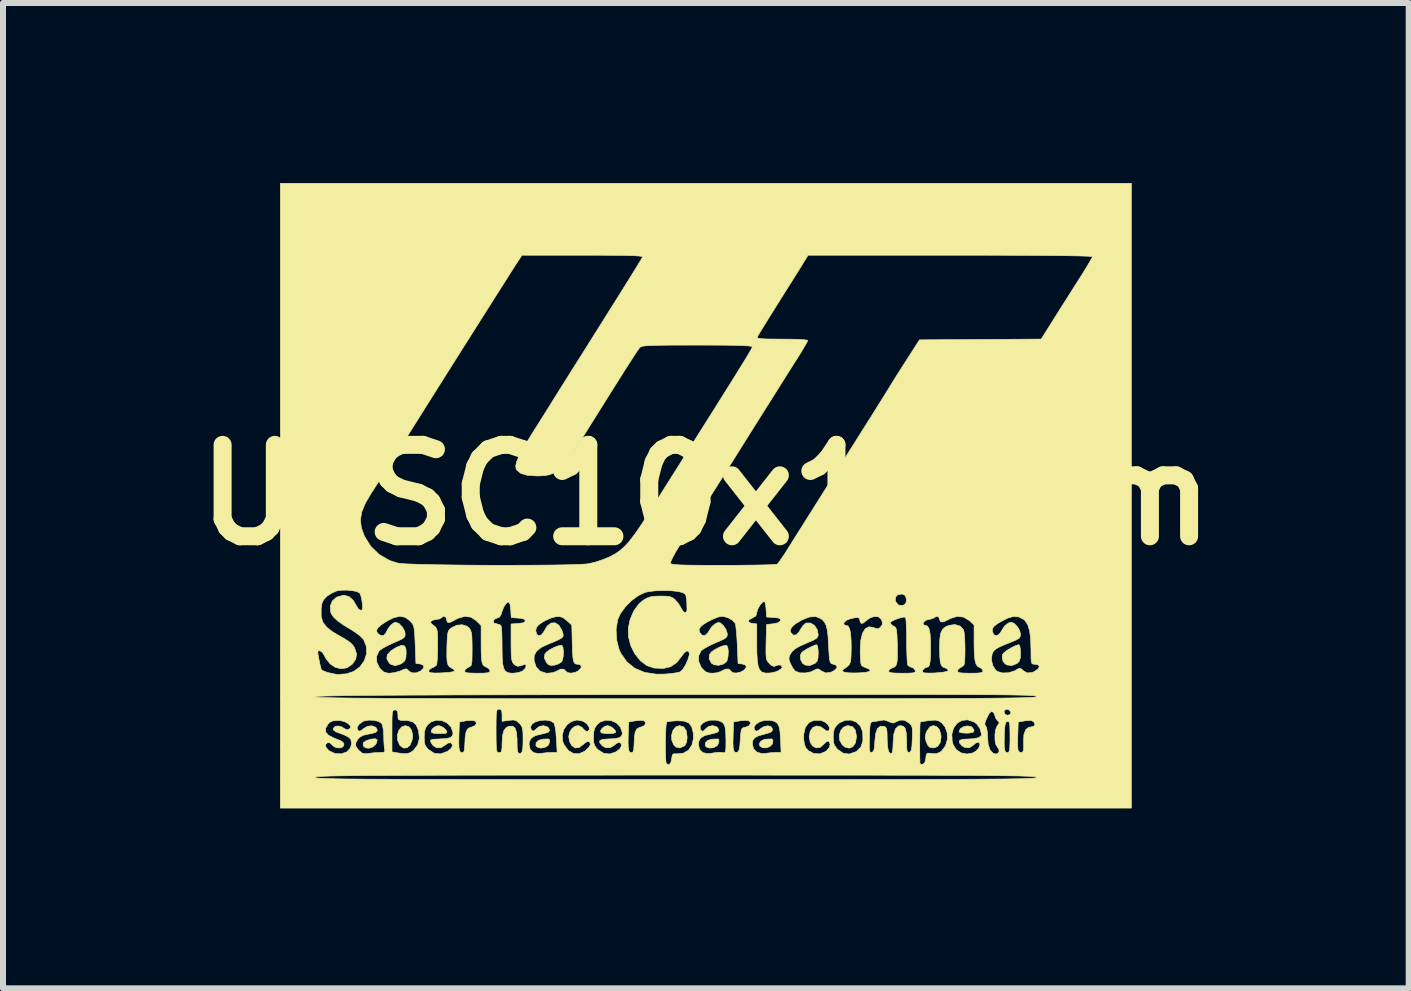
<source format=kicad_pcb>
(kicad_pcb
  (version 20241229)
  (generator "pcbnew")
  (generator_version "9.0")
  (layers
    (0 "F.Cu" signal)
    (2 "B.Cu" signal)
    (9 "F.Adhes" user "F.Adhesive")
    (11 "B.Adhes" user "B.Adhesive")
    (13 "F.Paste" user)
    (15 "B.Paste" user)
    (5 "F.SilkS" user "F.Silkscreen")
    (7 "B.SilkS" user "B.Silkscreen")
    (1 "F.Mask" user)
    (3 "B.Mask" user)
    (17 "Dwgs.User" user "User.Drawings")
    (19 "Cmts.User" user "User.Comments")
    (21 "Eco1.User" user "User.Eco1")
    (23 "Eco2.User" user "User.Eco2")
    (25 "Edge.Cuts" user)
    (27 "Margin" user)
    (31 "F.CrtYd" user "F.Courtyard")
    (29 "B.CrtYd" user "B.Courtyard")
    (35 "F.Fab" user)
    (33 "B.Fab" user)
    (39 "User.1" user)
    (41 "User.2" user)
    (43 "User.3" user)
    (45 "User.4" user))
  (footprint "UTSC10x10mm"
    (layer "F.Cu")
    (at 8.716 5.2)
    (property "Reference" "UTSC10x10mm" (at 0 0 0) (layer "F.SilkS") (effects (font (size 1.524 1.524) (thickness 0.3))))
    (attr through_hole)
    (fp_poly (pts (xy -5.479 4.083) (xy -5.488 4.13) (xy -5.506 4.16) (xy -5.554 4.202) (xy -5.616 4.222) (xy -5.674 4.216) (xy -5.711 4.183) (xy -5.711 4.182) (xy -5.711 4.134) (xy -5.667 4.098) (xy -5.585 4.072) (xy -5.511 4.064) (xy -5.479 4.083)) (stroke (width 0.01) (type solid)) (fill yes) (layer "F.SilkS"))
    (fp_poly (pts (xy 4.422 3.862) (xy 4.441 3.876) (xy 4.472 3.923) (xy 4.457 3.954) (xy 4.394 3.969) (xy 4.346 3.971) (xy 4.274 3.967) (xy 4.229 3.956) (xy 4.221 3.948) (xy 4.242 3.898) (xy 4.295 3.864) (xy 4.361 3.85) (xy 4.422 3.862)) (stroke (width 0.01) (type solid)) (fill yes) (layer "F.SilkS"))
    (fp_poly (pts (xy 1.112 4.079) (xy 1.119 4.099) (xy 1.108 4.154) (xy 1.064 4.196) (xy 1.003 4.217) (xy 0.941 4.213) (xy 0.901 4.186) (xy 0.892 4.144) (xy 0.92 4.104) (xy 0.973 4.076) (xy 1.013 4.071) (xy 1.068 4.069) (xy 1.092 4.065) (xy 1.112 4.079)) (stroke (width 0.01) (type solid)) (fill yes) (layer "F.SilkS"))
    (fp_poly (pts (xy -4.408 3.858) (xy -4.362 3.888) (xy -4.328 3.924) (xy -4.316 3.956) (xy -4.336 3.973) (xy -4.339 3.973) (xy -4.448 3.979) (xy -4.528 3.975) (xy -4.571 3.961) (xy -4.571 3.96) (xy -4.577 3.927) (xy -4.549 3.888) (xy -4.502 3.857) (xy -4.456 3.846) (xy -4.408 3.858)) (stroke (width 0.01) (type solid)) (fill yes) (layer "F.SilkS"))
    (fp_poly (pts (xy -2.607 4.078) (xy -2.604 4.116) (xy -2.621 4.161) (xy -2.635 4.18) (xy -2.691 4.212) (xy -2.756 4.22) (xy -2.811 4.204) (xy -2.833 4.178) (xy -2.829 4.13) (xy -2.788 4.091) (xy -2.721 4.072) (xy -2.705 4.071) (xy -2.652 4.069) (xy -2.629 4.067) (xy -2.607 4.078)) (stroke (width 0.01) (type solid)) (fill yes) (layer "F.SilkS"))
    (fp_poly (pts (xy -1.59 3.86) (xy -1.542 3.892) (xy -1.509 3.929) (xy -1.503 3.959) (xy -1.505 3.961) (xy -1.543 3.974) (xy -1.608 3.979) (xy -1.679 3.977) (xy -1.734 3.968) (xy -1.749 3.96) (xy -1.754 3.927) (xy -1.727 3.888) (xy -1.68 3.856) (xy -1.636 3.846) (xy -1.59 3.86)) (stroke (width 0.01) (type solid)) (fill yes) (layer "F.SilkS"))
    (fp_poly (pts (xy 0.216 4.078) (xy 0.218 4.116) (xy 0.201 4.161) (xy 0.187 4.18) (xy 0.131 4.212) (xy 0.066 4.22) (xy 0.011 4.204) (xy -0.011 4.178) (xy -0.007 4.13) (xy 0.035 4.091) (xy 0.101 4.072) (xy 0.117 4.071) (xy 0.17 4.069) (xy 0.194 4.067) (xy 0.216 4.078)) (stroke (width 0.01) (type solid)) (fill yes) (layer "F.SilkS"))
    (fp_poly (pts (xy -5.023 2.516) (xy -4.999 2.566) (xy -4.995 2.628) (xy -5.001 2.714) (xy -5.021 2.768) (xy -5.065 2.806) (xy -5.087 2.818) (xy -5.176 2.846) (xy -5.25 2.826) (xy -5.278 2.802) (xy -5.318 2.733) (xy -5.31 2.666) (xy -5.253 2.6) (xy -5.149 2.536) (xy -5.071 2.507) (xy -5.023 2.516)) (stroke (width 0.01) (type solid)) (fill yes) (layer "F.SilkS"))
    (fp_poly (pts (xy -4.945 3.868) (xy -4.904 3.927) (xy -4.887 4.01) (xy -4.895 4.083) (xy -4.929 4.168) (xy -4.979 4.215) (xy -5.037 4.22) (xy -5.094 4.181) (xy -5.106 4.165) (xy -5.139 4.087) (xy -5.142 4.002) (xy -5.118 3.925) (xy -5.071 3.868) (xy -5.007 3.846) (xy -5.007 3.846) (xy -4.945 3.868)) (stroke (width 0.01) (type solid)) (fill yes) (layer "F.SilkS"))
    (fp_poly (pts (xy 2.446 3.865) (xy 2.492 3.921) (xy 2.51 4.018) (xy 2.51 4.039) (xy 2.494 4.133) (xy 2.451 4.196) (xy 2.392 4.221) (xy 2.323 4.206) (xy 2.274 4.166) (xy 2.232 4.093) (xy 2.224 4.011) (xy 2.245 3.934) (xy 2.291 3.874) (xy 2.358 3.847) (xy 2.371 3.846) (xy 2.446 3.865)) (stroke (width 0.01) (type solid)) (fill yes) (layer "F.SilkS"))
    (fp_poly (pts (xy -0.37 3.867) (xy -0.327 3.93) (xy -0.312 4.034) (xy -0.312 4.039) (xy -0.321 4.124) (xy -0.349 4.175) (xy -0.361 4.185) (xy -0.435 4.218) (xy -0.499 4.202) (xy -0.536 4.165) (xy -0.568 4.087) (xy -0.571 4.003) (xy -0.548 3.925) (xy -0.503 3.869) (xy -0.44 3.846) (xy -0.439 3.846) (xy -0.37 3.867)) (stroke (width 0.01) (type solid)) (fill yes) (layer "F.SilkS"))
    (fp_poly (pts (xy 3.847 3.861) (xy 3.892 3.912) (xy 3.918 3.994) (xy 3.921 4.038) (xy 3.905 4.133) (xy 3.86 4.195) (xy 3.793 4.218) (xy 3.729 4.205) (xy 3.702 4.175) (xy 3.674 4.117) (xy 3.671 4.108) (xy 3.656 4.037) (xy 3.669 3.973) (xy 3.685 3.935) (xy 3.734 3.869) (xy 3.791 3.845) (xy 3.847 3.861)) (stroke (width 0.01) (type solid)) (fill yes) (layer "F.SilkS"))
    (fp_poly (pts (xy 0.348 2.509) (xy 0.367 2.545) (xy 0.374 2.61) (xy 0.37 2.686) (xy 0.357 2.752) (xy 0.343 2.781) (xy 0.287 2.822) (xy 0.211 2.84) (xy 0.137 2.831) (xy 0.093 2.804) (xy 0.055 2.732) (xy 0.061 2.662) (xy 0.094 2.617) (xy 0.153 2.576) (xy 0.224 2.539) (xy 0.293 2.514) (xy 0.34 2.507) (xy 0.348 2.509)) (stroke (width 0.01) (type solid)) (fill yes) (layer "F.SilkS"))
    (fp_poly (pts (xy 1.862 2.52) (xy 1.871 2.58) (xy 1.873 2.633) (xy 1.869 2.718) (xy 1.855 2.77) (xy 1.824 2.804) (xy 1.818 2.808) (xy 1.736 2.843) (xy 1.657 2.837) (xy 1.613 2.808) (xy 1.58 2.746) (xy 1.577 2.672) (xy 1.593 2.632) (xy 1.626 2.604) (xy 1.687 2.567) (xy 1.757 2.531) (xy 1.818 2.504) (xy 1.847 2.498) (xy 1.862 2.52)) (stroke (width 0.01) (type solid)) (fill yes) (layer "F.SilkS"))
    (fp_poly (pts (xy -2.399 2.509) (xy -2.381 2.545) (xy -2.374 2.61) (xy -2.377 2.686) (xy -2.39 2.752) (xy -2.404 2.781) (xy -2.449 2.813) (xy -2.517 2.836) (xy -2.526 2.838) (xy -2.592 2.842) (xy -2.633 2.822) (xy -2.657 2.794) (xy -2.693 2.717) (xy -2.683 2.652) (xy -2.654 2.617) (xy -2.595 2.576) (xy -2.523 2.539) (xy -2.455 2.514) (xy -2.407 2.507) (xy -2.399 2.509)) (stroke (width 0.01) (type solid)) (fill yes) (layer "F.SilkS"))
    (fp_poly (pts (xy 5.234 2.52) (xy 5.243 2.58) (xy 5.245 2.633) (xy 5.241 2.718) (xy 5.226 2.77) (xy 5.195 2.804) (xy 5.189 2.808) (xy 5.105 2.844) (xy 5.023 2.835) (xy 4.989 2.816) (xy 4.952 2.77) (xy 4.941 2.701) (xy 4.942 2.667) (xy 4.964 2.635) (xy 5.017 2.594) (xy 5.086 2.551) (xy 5.155 2.516) (xy 5.21 2.498) (xy 5.219 2.498) (xy 5.234 2.52)) (stroke (width 0.01) (type solid)) (fill yes) (layer "F.SilkS"))
    (fp_poly (pts (xy 7.093 5.22) (xy -7.093 5.22) (xy -7.093 4.708) (xy -6.519 4.708) (xy -6.515 4.712) (xy -6.501 4.716) (xy -6.477 4.719) (xy -6.44 4.722) (xy -6.389 4.725) (xy -6.321 4.728) (xy -6.235 4.73) (xy -6.129 4.733) (xy -6.001 4.735) (xy -5.85 4.736) (xy -5.673 4.738) (xy -5.469 4.739) (xy -5.236 4.74) (xy -4.973 4.742) (xy -4.676 4.742) (xy -4.345 4.743) (xy -3.978 4.744) (xy -3.574 4.744) (xy -3.129 4.745) (xy -2.642 4.745) (xy -2.113 4.745) (xy -1.538 4.745) (xy -0.916 4.745) (xy -0.5 4.745) (xy 0.153 4.745) (xy 0.757 4.745) (xy 1.315 4.745) (xy 1.829 4.745) (xy 2.3 4.745) (xy 2.729 4.744) (xy 3.12 4.744) (xy 3.473 4.743) (xy 3.791 4.742) (xy 4.075 4.741) (xy 4.327 4.74) (xy 4.549 4.739) (xy 4.743 4.737) (xy 4.91 4.736) (xy 5.052 4.734) (xy 5.172 4.732) (xy 5.27 4.73) (xy 5.349 4.727) (xy 5.411 4.724) (xy 5.457 4.721) (xy 5.489 4.718) (xy 5.508 4.714) (xy 5.518 4.71) (xy 5.52 4.708) (xy 5.516 4.704) (xy 5.502 4.7) (xy 5.478 4.697) (xy 5.441 4.693) (xy 5.39 4.69) (xy 5.322 4.688) (xy 5.236 4.685) (xy 5.13 4.683) (xy 5.002 4.681) (xy 4.851 4.679) (xy 4.674 4.678) (xy 4.47 4.676) (xy 4.237 4.675) (xy 3.973 4.674) (xy 3.677 4.673) (xy 3.346 4.673) (xy 2.979 4.672) (xy 2.575 4.671) (xy 2.13 4.671) (xy 1.643 4.671) (xy 1.114 4.671) (xy 0.539 4.67) (xy -0.083 4.67) (xy -0.5 4.67) (xy -1.152 4.67) (xy -1.756 4.671) (xy -2.314 4.671) (xy -2.828 4.671) (xy -3.299 4.671) (xy -3.728 4.672) (xy -4.119 4.672) (xy -4.472 4.673) (xy -4.79 4.674) (xy -5.074 4.675) (xy -5.326 4.676) (xy -5.548 4.677) (xy -5.742 4.678) (xy -5.909 4.68) (xy -6.051 4.682) (xy -6.171 4.684) (xy -6.269 4.686) (xy -6.348 4.689) (xy -6.41 4.692) (xy -6.456 4.695) (xy -6.488 4.698) (xy -6.508 4.701) (xy -6.517 4.705) (xy -6.519 4.708) (xy -7.093 4.708) (xy -7.093 4.161) (xy -6.34 4.161) (xy -6.332 4.208) (xy -6.283 4.262) (xy -6.275 4.268) (xy -6.182 4.311) (xy -6.078 4.316) (xy -5.984 4.283) (xy -5.983 4.282) (xy -5.926 4.22) (xy -5.904 4.143) (xy -5.906 4.132) (xy -5.836 4.132) (xy -5.835 4.189) (xy -5.792 4.25) (xy -5.78 4.262) (xy -5.727 4.305) (xy -5.673 4.315) (xy -5.624 4.309) (xy -5.532 4.298) (xy -5.438 4.294) (xy -5.436 4.294) (xy -5.374 4.292) (xy -5.35 4.278) (xy -5.353 4.245) (xy -5.354 4.239) (xy -5.362 4.185) (xy -5.368 4.101) (xy -5.369 4.02) (xy -5.374 3.934) (xy -5.232 3.934) (xy -5.232 4.283) (xy -5.145 4.299) (xy -5.044 4.313) (xy -4.976 4.312) (xy -4.922 4.293) (xy -4.873 4.257) (xy -4.804 4.168) (xy -4.775 4.055) (xy -4.777 4.037) (xy -4.695 4.037) (xy -4.692 4.123) (xy -4.677 4.178) (xy -4.642 4.225) (xy -4.618 4.248) (xy -4.524 4.308) (xy -4.423 4.317) (xy -4.314 4.278) (xy -4.302 4.271) (xy -4.243 4.222) (xy -4.222 4.175) (xy -4.241 4.139) (xy -4.253 4.132) (xy -4.118 4.132) (xy -4.115 4.216) (xy -4.105 4.266) (xy -4.087 4.29) (xy -4.059 4.296) (xy -4.035 4.283) (xy -4.023 4.238) (xy -4.018 4.165) (xy -4.012 4.039) (xy -3.998 3.956) (xy -3.988 3.934) (xy -3.497 3.934) (xy -3.496 4.075) (xy -3.494 4.174) (xy -3.49 4.238) (xy -3.483 4.274) (xy -3.471 4.291) (xy -3.453 4.296) (xy -3.447 4.296) (xy -3.419 4.29) (xy -3.404 4.266) (xy -3.398 4.212) (xy -3.397 4.148) (xy -3.39 4.017) (xy -3.367 3.929) (xy -3.326 3.876) (xy -3.281 3.856) (xy -3.222 3.854) (xy -3.181 3.885) (xy -3.157 3.956) (xy -3.147 4.069) (xy -3.147 4.109) (xy -3.145 4.214) (xy -3.138 4.277) (xy -3.123 4.306) (xy -3.097 4.309) (xy -3.082 4.304) (xy -3.064 4.283) (xy -3.053 4.231) (xy -3.048 4.158) (xy -2.947 4.158) (xy -2.928 4.243) (xy -2.872 4.296) (xy -2.787 4.312) (xy -2.747 4.308) (xy -2.657 4.297) (xy -2.569 4.293) (xy -2.479 4.294) (xy -2.491 4.064) (xy -2.496 4.008) (xy -2.394 4.008) (xy -2.385 4.111) (xy -2.363 4.165) (xy -2.293 4.26) (xy -2.208 4.31) (xy -2.115 4.315) (xy -2.02 4.272) (xy -2 4.256) (xy -1.951 4.207) (xy -1.925 4.165) (xy -1.923 4.158) (xy -1.938 4.115) (xy -1.976 4.11) (xy -2.028 4.144) (xy -2.039 4.155) (xy -2.112 4.211) (xy -2.18 4.218) (xy -2.237 4.176) (xy -2.272 4.111) (xy -2.284 4.037) (xy -1.873 4.037) (xy -1.87 4.123) (xy -1.854 4.178) (xy -1.819 4.225) (xy -1.796 4.248) (xy -1.702 4.308) (xy -1.601 4.318) (xy -1.5 4.284) (xy -1.437 4.237) (xy -1.407 4.185) (xy -1.413 4.144) (xy -1.43 4.132) (xy -1.296 4.132) (xy -1.293 4.216) (xy -1.283 4.266) (xy -1.264 4.29) (xy -1.237 4.296) (xy -1.214 4.284) (xy -1.202 4.242) (xy -1.199 4.201) (xy -0.674 4.201) (xy -0.673 4.309) (xy -0.669 4.399) (xy -0.664 4.46) (xy -0.658 4.479) (xy -0.618 4.497) (xy -0.587 4.471) (xy -0.57 4.404) (xy -0.57 4.402) (xy -0.561 4.341) (xy -0.541 4.316) (xy -0.495 4.315) (xy -0.482 4.316) (xy -0.374 4.305) (xy -0.288 4.254) (xy -0.231 4.169) (xy -0.228 4.158) (xy -0.125 4.158) (xy -0.105 4.243) (xy -0.05 4.296) (xy 0.036 4.313) (xy 0.075 4.309) (xy 0.15 4.297) (xy 0.21 4.291) (xy 0.212 4.29) (xy 0.274 4.293) (xy 0.3 4.298) (xy 0.317 4.295) (xy 0.328 4.271) (xy 0.334 4.216) (xy 0.335 4.134) (xy 0.452 4.134) (xy 0.456 4.219) (xy 0.467 4.269) (xy 0.487 4.29) (xy 0.518 4.291) (xy 0.518 4.291) (xy 0.541 4.278) (xy 0.556 4.244) (xy 0.567 4.179) (xy 0.569 4.148) (xy 0.774 4.148) (xy 0.795 4.233) (xy 0.853 4.289) (xy 0.939 4.312) (xy 0.987 4.309) (xy 1.076 4.298) (xy 1.162 4.293) (xy 1.17 4.293) (xy 1.254 4.293) (xy 1.245 4.07) (xy 1.245 4.069) (xy 1.631 4.069) (xy 1.643 4.158) (xy 1.667 4.217) (xy 1.708 4.263) (xy 1.8 4.311) (xy 1.901 4.316) (xy 1.997 4.277) (xy 2.007 4.269) (xy 2.057 4.212) (xy 2.072 4.155) (xy 2.051 4.111) (xy 2.044 4.106) (xy 2.011 4.112) (xy 1.969 4.152) (xy 1.967 4.155) (xy 1.907 4.207) (xy 1.842 4.217) (xy 1.783 4.188) (xy 1.741 4.126) (xy 1.723 4.036) (xy 1.723 4.035) (xy 2.123 4.035) (xy 2.127 4.12) (xy 2.146 4.178) (xy 2.187 4.231) (xy 2.2 4.244) (xy 2.29 4.306) (xy 2.389 4.319) (xy 2.497 4.282) (xy 2.515 4.272) (xy 2.585 4.201) (xy 2.599 4.158) (xy 2.725 4.158) (xy 2.726 4.232) (xy 2.732 4.273) (xy 2.744 4.29) (xy 2.763 4.292) (xy 2.765 4.291) (xy 2.789 4.278) (xy 2.804 4.245) (xy 2.813 4.179) (xy 2.817 4.105) (xy 2.831 3.976) (xy 2.863 3.892) (xy 2.911 3.855) (xy 2.97 3.858) (xy 2.997 3.871) (xy 3.012 3.898) (xy 3.02 3.949) (xy 3.022 4.036) (xy 3.022 4.068) (xy 3.028 4.192) (xy 3.045 4.273) (xy 3.072 4.31) (xy 3.101 4.306) (xy 3.112 4.276) (xy 3.119 4.211) (xy 3.122 4.125) (xy 3.132 3.993) (xy 3.161 3.901) (xy 3.209 3.853) (xy 3.243 3.846) (xy 3.292 3.857) (xy 3.323 3.893) (xy 3.34 3.961) (xy 3.346 4.071) (xy 3.347 4.103) (xy 3.348 4.201) (xy 3.353 4.26) (xy 3.364 4.287) (xy 3.383 4.292) (xy 3.39 4.291) (xy 3.412 4.28) (xy 3.426 4.249) (xy 3.434 4.195) (xy 3.565 4.195) (xy 3.566 4.305) (xy 3.567 4.399) (xy 3.569 4.466) (xy 3.57 4.479) (xy 3.591 4.492) (xy 3.615 4.491) (xy 3.649 4.464) (xy 3.666 4.397) (xy 3.667 4.389) (xy 3.674 4.329) (xy 3.694 4.305) (xy 3.741 4.306) (xy 3.768 4.311) (xy 3.844 4.314) (xy 3.902 4.289) (xy 3.931 4.267) (xy 3.995 4.182) (xy 4.026 4.077) (xy 4.024 3.986) (xy 4.101 3.986) (xy 4.106 4.103) (xy 4.124 4.168) (xy 4.176 4.248) (xy 4.256 4.3) (xy 4.352 4.319) (xy 4.449 4.301) (xy 4.505 4.269) (xy 4.548 4.221) (xy 4.569 4.17) (xy 4.563 4.133) (xy 4.537 4.121) (xy 4.496 4.138) (xy 4.458 4.171) (xy 4.391 4.215) (xy 4.317 4.211) (xy 4.267 4.18) (xy 4.224 4.128) (xy 4.229 4.092) (xy 4.28 4.074) (xy 4.33 4.071) (xy 4.465 4.064) (xy 4.553 4.044) (xy 4.593 4.009) (xy 4.595 3.994) (xy 4.574 3.902) (xy 4.52 3.823) (xy 4.65 3.823) (xy 4.66 3.845) (xy 4.666 3.852) (xy 4.682 3.891) (xy 4.693 3.963) (xy 4.695 4.028) (xy 4.707 4.162) (xy 4.74 4.257) (xy 4.794 4.31) (xy 4.84 4.32) (xy 4.875 4.3) (xy 4.888 4.28) (xy 4.883 4.231) (xy 4.862 4.208) (xy 4.835 4.162) (xy 4.829 4.132) (xy 4.973 4.132) (xy 4.976 4.216) (xy 4.986 4.266) (xy 5.004 4.29) (xy 5.032 4.296) (xy 5.049 4.288) (xy 5.06 4.26) (xy 5.067 4.204) (xy 5.07 4.111) (xy 5.198 4.111) (xy 5.199 4.197) (xy 5.203 4.252) (xy 5.206 4.263) (xy 5.236 4.292) (xy 5.274 4.29) (xy 5.297 4.257) (xy 5.297 4.252) (xy 5.298 4.199) (xy 5.296 4.124) (xy 5.296 4.108) (xy 5.302 3.992) (xy 5.332 3.913) (xy 5.382 3.874) (xy 5.405 3.871) (xy 5.465 3.858) (xy 5.487 3.826) (xy 5.466 3.782) (xy 5.466 3.782) (xy 5.425 3.761) (xy 5.357 3.761) (xy 5.319 3.766) (xy 5.207 3.785) (xy 5.2 4.007) (xy 5.198 4.111) (xy 5.07 4.111) (xy 5.07 4.11) (xy 5.07 4.032) (xy 5.069 3.914) (xy 5.066 3.838) (xy 5.059 3.795) (xy 5.047 3.777) (xy 5.028 3.776) (xy 5.026 3.776) (xy 5.005 3.787) (xy 4.991 3.817) (xy 4.982 3.875) (xy 4.977 3.97) (xy 4.975 4.007) (xy 4.973 4.132) (xy 4.829 4.132) (xy 4.82 4.086) (xy 4.819 3.997) (xy 4.831 3.912) (xy 4.856 3.85) (xy 4.862 3.842) (xy 4.89 3.804) (xy 4.881 3.779) (xy 4.864 3.765) (xy 4.829 3.717) (xy 4.816 3.671) (xy 4.794 3.622) (xy 4.792 3.621) (xy 4.97 3.621) (xy 4.99 3.66) (xy 5.033 3.674) (xy 5.077 3.656) (xy 5.084 3.622) (xy 5.059 3.587) (xy 5.017 3.571) (xy 4.978 3.59) (xy 4.97 3.621) (xy 4.792 3.621) (xy 4.758 3.611) (xy 4.722 3.642) (xy 4.72 3.646) (xy 4.677 3.735) (xy 4.655 3.79) (xy 4.65 3.823) (xy 4.52 3.823) (xy 4.518 3.82) (xy 4.467 3.782) (xy 4.362 3.749) (xy 4.266 3.76) (xy 4.187 3.808) (xy 4.13 3.885) (xy 4.101 3.986) (xy 4.024 3.986) (xy 4.023 3.966) (xy 3.987 3.865) (xy 3.928 3.796) (xy 3.881 3.766) (xy 3.829 3.754) (xy 3.753 3.757) (xy 3.723 3.761) (xy 3.645 3.772) (xy 3.59 3.782) (xy 3.573 3.787) (xy 3.571 3.813) (xy 3.568 3.878) (xy 3.567 3.97) (xy 3.566 4.08) (xy 3.565 4.195) (xy 3.434 4.195) (xy 3.435 4.19) (xy 3.44 4.093) (xy 3.441 4.067) (xy 3.444 3.962) (xy 3.442 3.895) (xy 3.431 3.853) (xy 3.411 3.824) (xy 3.382 3.799) (xy 3.308 3.755) (xy 3.238 3.754) (xy 3.173 3.782) (xy 3.12 3.803) (xy 3.074 3.79) (xy 3.054 3.778) (xy 2.972 3.752) (xy 2.928 3.757) (xy 2.851 3.771) (xy 2.797 3.778) (xy 2.769 3.783) (xy 2.751 3.796) (xy 2.74 3.826) (xy 2.733 3.884) (xy 2.729 3.978) (xy 2.728 4.042) (xy 2.725 4.158) (xy 2.599 4.158) (xy 2.618 4.097) (xy 2.615 3.963) (xy 2.614 3.951) (xy 2.577 3.854) (xy 2.509 3.787) (xy 2.422 3.754) (xy 2.325 3.756) (xy 2.232 3.796) (xy 2.183 3.838) (xy 2.144 3.893) (xy 2.127 3.959) (xy 2.123 4.035) (xy 1.723 4.035) (xy 1.723 4.034) (xy 1.74 3.939) (xy 1.784 3.877) (xy 1.847 3.851) (xy 1.92 3.868) (xy 1.966 3.901) (xy 2.013 3.936) (xy 2.046 3.932) (xy 2.052 3.927) (xy 2.064 3.886) (xy 2.041 3.836) (xy 1.991 3.79) (xy 1.925 3.76) (xy 1.913 3.758) (xy 1.802 3.757) (xy 1.716 3.797) (xy 1.658 3.876) (xy 1.631 3.989) (xy 1.631 4.069) (xy 1.245 4.069) (xy 1.236 3.943) (xy 1.219 3.857) (xy 1.188 3.803) (xy 1.139 3.772) (xy 1.064 3.757) (xy 1.059 3.756) (xy 0.974 3.759) (xy 0.898 3.782) (xy 0.838 3.82) (xy 0.804 3.865) (xy 0.807 3.91) (xy 0.818 3.925) (xy 0.848 3.939) (xy 0.888 3.918) (xy 0.909 3.899) (xy 0.97 3.861) (xy 1.034 3.848) (xy 1.086 3.862) (xy 1.111 3.9) (xy 1.111 3.908) (xy 1.101 3.94) (xy 1.063 3.964) (xy 0.986 3.985) (xy 0.98 3.987) (xy 0.875 4.016) (xy 0.811 4.051) (xy 0.78 4.098) (xy 0.774 4.148) (xy 0.569 4.148) (xy 0.574 4.083) (xy 0.581 3.984) (xy 0.59 3.924) (xy 0.604 3.893) (xy 0.628 3.878) (xy 0.662 3.871) (xy 0.717 3.849) (xy 0.744 3.814) (xy 0.736 3.779) (xy 0.707 3.763) (xy 0.654 3.758) (xy 0.579 3.764) (xy 0.562 3.767) (xy 0.462 3.785) (xy 0.455 4.007) (xy 0.452 4.134) (xy 0.335 4.134) (xy 0.335 4.123) (xy 0.335 4.076) (xy 0.331 3.949) (xy 0.319 3.863) (xy 0.294 3.808) (xy 0.251 3.776) (xy 0.186 3.758) (xy 0.167 3.755) (xy 0.08 3.754) (xy 0.001 3.775) (xy -0.06 3.811) (xy -0.094 3.857) (xy -0.093 3.906) (xy -0.075 3.93) (xy -0.046 3.941) (xy -0.013 3.91) (xy -0.007 3.902) (xy 0.047 3.859) (xy 0.116 3.846) (xy 0.18 3.866) (xy 0.199 3.883) (xy 0.218 3.925) (xy 0.194 3.956) (xy 0.123 3.978) (xy 0.094 3.984) (xy -0.019 4.012) (xy -0.089 4.054) (xy -0.121 4.117) (xy -0.125 4.158) (xy -0.228 4.158) (xy -0.206 4.056) (xy -0.211 3.96) (xy -0.237 3.861) (xy -0.286 3.8) (xy -0.365 3.77) (xy -0.479 3.764) (xy -0.562 3.77) (xy -0.626 3.778) (xy -0.651 3.785) (xy -0.659 3.813) (xy -0.666 3.881) (xy -0.67 3.975) (xy -0.673 4.086) (xy -0.674 4.201) (xy -1.199 4.201) (xy -1.197 4.161) (xy -1.196 4.152) (xy -1.191 4.03) (xy -1.176 3.949) (xy -1.15 3.901) (xy -1.107 3.876) (xy -1.086 3.871) (xy -1.03 3.848) (xy -1.004 3.813) (xy -1.013 3.779) (xy -1.041 3.763) (xy -1.094 3.758) (xy -1.169 3.764) (xy -1.186 3.767) (xy -1.286 3.785) (xy -1.294 4.007) (xy -1.296 4.132) (xy -1.43 4.132) (xy -1.446 4.122) (xy -1.496 4.146) (xy -1.524 4.171) (xy -1.596 4.214) (xy -1.674 4.212) (xy -1.728 4.18) (xy -1.77 4.129) (xy -1.767 4.094) (xy -1.717 4.074) (xy -1.642 4.069) (xy -1.524 4.063) (xy -1.448 4.049) (xy -1.407 4.023) (xy -1.393 3.982) (xy -1.394 3.957) (xy -1.426 3.867) (xy -1.491 3.801) (xy -1.577 3.762) (xy -1.67 3.755) (xy -1.759 3.784) (xy -1.813 3.829) (xy -1.851 3.886) (xy -1.869 3.953) (xy -1.873 4.037) (xy -2.284 4.037) (xy -2.286 4.029) (xy -2.269 3.954) (xy -2.231 3.894) (xy -2.178 3.855) (xy -2.12 3.846) (xy -2.064 3.875) (xy -2.043 3.901) (xy -1.998 3.94) (xy -1.965 3.939) (xy -1.94 3.909) (xy -1.949 3.863) (xy -1.985 3.814) (xy -2.041 3.774) (xy -2.05 3.771) (xy -2.148 3.752) (xy -2.239 3.776) (xy -2.315 3.832) (xy -2.369 3.912) (xy -2.394 4.008) (xy -2.496 4.008) (xy -2.5 3.951) (xy -2.514 3.862) (xy -2.529 3.808) (xy -2.534 3.801) (xy -2.593 3.766) (xy -2.673 3.753) (xy -2.759 3.759) (xy -2.839 3.782) (xy -2.898 3.819) (xy -2.922 3.868) (xy -2.922 3.87) (xy -2.907 3.924) (xy -2.872 3.937) (xy -2.831 3.906) (xy -2.827 3.9) (xy -2.775 3.859) (xy -2.705 3.847) (xy -2.642 3.866) (xy -2.623 3.883) (xy -2.604 3.925) (xy -2.628 3.956) (xy -2.699 3.978) (xy -2.729 3.984) (xy -2.841 4.012) (xy -2.911 4.054) (xy -2.943 4.117) (xy -2.947 4.158) (xy -3.048 4.158) (xy -3.048 4.141) (xy -3.047 4.08) (xy -3.048 3.974) (xy -3.054 3.905) (xy -3.068 3.86) (xy -3.093 3.824) (xy -3.111 3.805) (xy -3.158 3.765) (xy -3.206 3.751) (xy -3.278 3.757) (xy -3.286 3.758) (xy -3.397 3.774) (xy -3.397 3.673) (xy -3.401 3.607) (xy -3.417 3.578) (xy -3.447 3.571) (xy -3.466 3.574) (xy -3.48 3.587) (xy -3.489 3.617) (xy -3.494 3.672) (xy -3.496 3.76) (xy -3.497 3.889) (xy -3.497 3.934) (xy -3.988 3.934) (xy -3.974 3.905) (xy -3.936 3.878) (xy -3.909 3.871) (xy -3.853 3.849) (xy -3.826 3.813) (xy -3.834 3.779) (xy -3.864 3.763) (xy -3.917 3.758) (xy -3.991 3.764) (xy -4.009 3.767) (xy -4.108 3.785) (xy -4.116 4.007) (xy -4.118 4.132) (xy -4.253 4.132) (xy -4.256 4.131) (xy -4.298 4.137) (xy -4.344 4.169) (xy -4.414 4.213) (xy -4.488 4.215) (xy -4.549 4.175) (xy -4.557 4.165) (xy -4.587 4.115) (xy -4.586 4.086) (xy -4.547 4.073) (xy -4.464 4.069) (xy -4.346 4.063) (xy -4.27 4.049) (xy -4.229 4.023) (xy -4.215 3.982) (xy -4.217 3.957) (xy -4.248 3.867) (xy -4.314 3.801) (xy -4.399 3.762) (xy -4.493 3.755) (xy -4.581 3.784) (xy -4.635 3.829) (xy -4.673 3.886) (xy -4.691 3.953) (xy -4.695 4.037) (xy -4.777 4.037) (xy -4.79 3.929) (xy -4.792 3.922) (xy -4.83 3.832) (xy -4.887 3.782) (xy -4.972 3.761) (xy -5.017 3.759) (xy -5.087 3.757) (xy -5.121 3.745) (xy -5.132 3.713) (xy -5.132 3.671) (xy -5.138 3.611) (xy -5.16 3.587) (xy -5.182 3.584) (xy -5.202 3.587) (xy -5.216 3.599) (xy -5.225 3.63) (xy -5.23 3.687) (xy -5.232 3.777) (xy -5.232 3.908) (xy -5.232 3.934) (xy -5.374 3.934) (xy -5.375 3.92) (xy -5.389 3.844) (xy -5.402 3.811) (xy -5.453 3.777) (xy -5.532 3.757) (xy -5.621 3.754) (xy -5.699 3.768) (xy -5.717 3.776) (xy -5.784 3.826) (xy -5.814 3.877) (xy -5.803 3.922) (xy -5.8 3.925) (xy -5.77 3.939) (xy -5.731 3.918) (xy -5.712 3.901) (xy -5.642 3.858) (xy -5.567 3.848) (xy -5.506 3.872) (xy -5.495 3.883) (xy -5.476 3.925) (xy -5.5 3.956) (xy -5.57 3.978) (xy -5.621 3.986) (xy -5.717 4.008) (xy -5.779 4.047) (xy -5.795 4.065) (xy -5.836 4.132) (xy -5.906 4.132) (xy -5.919 4.072) (xy -5.957 4.037) (xy -6.028 4) (xy -6.083 3.98) (xy -6.168 3.948) (xy -6.208 3.918) (xy -6.213 3.898) (xy -6.185 3.862) (xy -6.132 3.851) (xy -6.072 3.865) (xy -6.043 3.885) (xy -5.993 3.912) (xy -5.958 3.912) (xy -5.923 3.884) (xy -5.927 3.848) (xy -5.964 3.811) (xy -6.023 3.779) (xy -6.099 3.761) (xy -6.136 3.759) (xy -6.218 3.766) (xy -6.272 3.792) (xy -6.296 3.818) (xy -6.339 3.89) (xy -6.337 3.952) (xy -6.29 4.006) (xy -6.195 4.055) (xy -6.147 4.073) (xy -6.07 4.107) (xy -6.035 4.141) (xy -6.032 4.161) (xy -6.051 4.2) (xy -6.099 4.218) (xy -6.159 4.214) (xy -6.212 4.186) (xy -6.227 4.169) (xy -6.272 4.13) (xy -6.305 4.129) (xy -6.34 4.161) (xy -7.093 4.161) (xy -7.093 3.365) (xy -6.512 3.365) (xy -6.505 3.369) (xy -6.479 3.372) (xy -6.432 3.375) (xy -6.364 3.378) (xy -6.273 3.38) (xy -6.157 3.383) (xy -6.014 3.385) (xy -5.843 3.387) (xy -5.642 3.388) (xy -5.411 3.39) (xy -5.146 3.391) (xy -4.847 3.392) (xy -4.512 3.393) (xy -4.139 3.394) (xy -3.727 3.395) (xy -3.274 3.396) (xy -2.779 3.396) (xy -2.24 3.396) (xy -1.655 3.397) (xy -1.024 3.397) (xy -0.502 3.397) (xy 0.151 3.397) (xy 0.755 3.397) (xy 1.313 3.396) (xy 1.827 3.396) (xy 2.298 3.396) (xy 2.728 3.395) (xy 3.118 3.395) (xy 3.472 3.394) (xy 3.789 3.393) (xy 4.074 3.393) (xy 4.326 3.391) (xy 4.548 3.39) (xy 4.741 3.389) (xy 4.909 3.387) (xy 5.051 3.385) (xy 5.171 3.383) (xy 5.269 3.381) (xy 5.348 3.378) (xy 5.41 3.376) (xy 5.456 3.373) (xy 5.488 3.369) (xy 5.508 3.366) (xy 5.518 3.362) (xy 5.52 3.359) (xy 5.516 3.355) (xy 5.503 3.351) (xy 5.479 3.348) (xy 5.442 3.345) (xy 5.391 3.342) (xy 5.324 3.339) (xy 5.238 3.337) (xy 5.133 3.335) (xy 5.006 3.333) (xy 4.855 3.331) (xy 4.679 3.33) (xy 4.476 3.329) (xy 4.244 3.328) (xy 3.981 3.327) (xy 3.686 3.326) (xy 3.356 3.326) (xy 2.99 3.326) (xy 2.587 3.326) (xy 2.143 3.326) (xy 1.658 3.326) (xy 1.129 3.326) (xy 0.556 3.327) (xy -0.065 3.327) (xy -0.491 3.328) (xy -1.161 3.329) (xy -1.783 3.329) (xy -2.357 3.33) (xy -2.887 3.331) (xy -3.373 3.332) (xy -3.817 3.333) (xy -4.22 3.334) (xy -4.585 3.336) (xy -4.912 3.337) (xy -5.204 3.339) (xy -5.462 3.34) (xy -5.687 3.342) (xy -5.881 3.344) (xy -6.046 3.346) (xy -6.183 3.349) (xy -6.294 3.351) (xy -6.38 3.354) (xy -6.444 3.357) (xy -6.486 3.36) (xy -6.508 3.363) (xy -6.512 3.365) (xy -7.093 3.365) (xy -7.093 2.619) (xy -6.469 2.619) (xy -6.464 2.66) (xy -6.452 2.728) (xy -6.437 2.803) (xy -6.422 2.87) (xy -6.41 2.911) (xy -6.408 2.916) (xy -6.38 2.931) (xy -6.323 2.953) (xy -6.302 2.961) (xy -6.144 2.994) (xy -5.987 2.982) (xy -5.868 2.941) (xy -5.765 2.865) (xy -5.693 2.763) (xy -5.656 2.648) (xy -5.658 2.529) (xy -5.701 2.419) (xy -5.713 2.4) (xy -5.761 2.352) (xy -5.835 2.296) (xy -5.88 2.267) (xy -5.49 2.267) (xy -5.471 2.308) (xy -5.421 2.343) (xy -5.369 2.341) (xy -5.334 2.303) (xy -5.333 2.3) (xy -5.299 2.232) (xy -5.25 2.17) (xy -5.198 2.13) (xy -5.172 2.123) (xy -5.116 2.144) (xy -5.062 2.198) (xy -5.023 2.267) (xy -5.013 2.311) (xy -5.014 2.347) (xy -5.028 2.374) (xy -5.065 2.401) (xy -5.133 2.434) (xy -5.207 2.466) (xy -5.304 2.511) (xy -5.387 2.557) (xy -5.441 2.595) (xy -5.45 2.605) (xy -5.489 2.692) (xy -5.485 2.79) (xy -5.439 2.884) (xy -5.43 2.895) (xy -5.372 2.95) (xy -5.307 2.97) (xy -5.268 2.972) (xy -5.178 2.96) (xy -5.088 2.932) (xy -5.081 2.929) (xy -5.022 2.903) (xy -4.989 2.9) (xy -4.966 2.919) (xy -4.959 2.929) (xy -4.904 2.965) (xy -4.83 2.967) (xy -4.759 2.937) (xy -4.62 2.937) (xy -4.612 2.955) (xy -4.58 2.965) (xy -4.516 2.969) (xy -4.412 2.967) (xy -4.408 2.967) (xy -4.311 2.961) (xy -4.236 2.951) (xy -4.194 2.939) (xy -4.189 2.935) (xy -4.205 2.907) (xy -4.241 2.885) (xy -4.275 2.864) (xy -4.298 2.833) (xy -4.312 2.782) (xy -4.318 2.703) (xy -4.317 2.587) (xy -4.316 2.513) (xy -4.311 2.399) (xy -4.305 2.324) (xy -4.294 2.276) (xy -4.276 2.245) (xy -4.247 2.22) (xy -4.239 2.214) (xy -4.152 2.172) (xy -4.06 2.164) (xy -3.979 2.19) (xy -3.943 2.221) (xy -3.922 2.254) (xy -3.908 2.298) (xy -3.9 2.364) (xy -3.897 2.461) (xy -3.896 2.563) (xy -3.897 2.686) (xy -3.899 2.768) (xy -3.905 2.819) (xy -3.917 2.848) (xy -3.937 2.863) (xy -3.959 2.872) (xy -4.005 2.903) (xy -4.021 2.934) (xy -4.012 2.953) (xy -3.981 2.965) (xy -3.917 2.97) (xy -3.812 2.972) (xy -3.809 2.972) (xy -3.703 2.971) (xy -3.638 2.965) (xy -3.606 2.953) (xy -3.596 2.935) (xy -3.596 2.934) (xy -3.617 2.897) (xy -3.655 2.873) (xy -3.691 2.856) (xy -3.716 2.83) (xy -3.732 2.786) (xy -3.741 2.717) (xy -3.745 2.615) (xy -3.746 2.472) (xy -3.746 2.177) (xy -3.816 2.107) (xy -3.544 2.107) (xy -3.528 2.138) (xy -3.489 2.148) (xy -3.436 2.162) (xy -3.412 2.187) (xy -3.406 2.226) (xy -3.401 2.305) (xy -3.398 2.411) (xy -3.397 2.533) (xy -3.397 2.544) (xy -3.395 2.7) (xy -3.387 2.814) (xy -3.37 2.891) (xy -3.342 2.938) (xy -3.3 2.963) (xy -3.239 2.972) (xy -3.213 2.972) (xy -3.132 2.963) (xy -3.064 2.94) (xy -3.053 2.933) (xy -3.011 2.892) (xy -2.997 2.858) (xy -3 2.83) (xy -3.019 2.825) (xy -3.067 2.841) (xy -3.083 2.847) (xy -3.141 2.857) (xy -3.188 2.831) (xy -3.197 2.822) (xy -3.218 2.796) (xy -3.232 2.761) (xy -3.233 2.756) (xy -2.864 2.756) (xy -2.83 2.865) (xy -2.764 2.937) (xy -2.668 2.97) (xy -2.635 2.972) (xy -2.557 2.963) (xy -2.494 2.942) (xy -2.484 2.935) (xy -2.418 2.903) (xy -2.365 2.906) (xy -2.339 2.935) (xy -2.304 2.963) (xy -2.242 2.971) (xy -2.172 2.956) (xy -2.128 2.933) (xy -2.082 2.887) (xy -2.077 2.847) (xy -2.112 2.824) (xy -2.135 2.822) (xy -2.167 2.819) (xy -2.19 2.803) (xy -2.206 2.769) (xy -2.216 2.708) (xy -2.223 2.614) (xy -2.227 2.479) (xy -2.228 2.439) (xy -2.233 2.24) (xy -1.496 2.24) (xy -1.488 2.411) (xy -1.449 2.57) (xy -1.42 2.636) (xy -1.318 2.782) (xy -1.185 2.889) (xy -1.022 2.958) (xy -0.827 2.988) (xy -0.695 2.987) (xy -0.589 2.979) (xy -0.498 2.966) (xy -0.436 2.952) (xy -0.425 2.947) (xy -0.383 2.906) (xy -0.338 2.834) (xy -0.3 2.75) (xy -0.28 2.683) (xy -0.12 2.683) (xy -0.118 2.778) (xy -0.078 2.872) (xy -0.06 2.895) (xy -0.006 2.948) (xy 0.054 2.969) (xy 0.11 2.972) (xy 0.189 2.964) (xy 0.253 2.942) (xy 0.264 2.935) (xy 0.329 2.903) (xy 0.385 2.904) (xy 0.416 2.935) (xy 0.45 2.964) (xy 0.508 2.969) (xy 0.575 2.954) (xy 0.635 2.923) (xy 0.67 2.88) (xy 0.674 2.86) (xy 0.653 2.832) (xy 0.606 2.818) (xy 0.537 2.81) (xy 0.524 2.498) (xy 0.517 2.374) (xy 0.508 2.266) (xy 0.499 2.185) (xy 0.49 2.142) (xy 0.489 2.141) (xy 0.466 2.114) (xy 0.712 2.114) (xy 0.752 2.138) (xy 0.782 2.143) (xy 0.849 2.151) (xy 0.849 2.488) (xy 0.851 2.65) (xy 0.859 2.769) (xy 0.872 2.853) (xy 0.894 2.91) (xy 0.925 2.946) (xy 0.934 2.953) (xy 0.993 2.97) (xy 1.076 2.968) (xy 1.161 2.95) (xy 1.2 2.934) (xy 1.25 2.902) (xy 1.274 2.875) (xy 1.274 2.873) (xy 1.255 2.839) (xy 1.208 2.834) (xy 1.174 2.847) (xy 1.132 2.859) (xy 1.092 2.84) (xy 1.06 2.811) (xy 1.034 2.782) (xy 1.016 2.752) (xy 1.013 2.74) (xy 1.386 2.74) (xy 1.405 2.8) (xy 1.41 2.811) (xy 1.446 2.88) (xy 1.485 2.931) (xy 1.493 2.938) (xy 1.563 2.965) (xy 1.656 2.968) (xy 1.751 2.949) (xy 1.794 2.929) (xy 1.847 2.902) (xy 1.88 2.902) (xy 1.916 2.928) (xy 1.917 2.929) (xy 1.993 2.967) (xy 2.079 2.96) (xy 2.139 2.927) (xy 2.278 2.927) (xy 2.283 2.943) (xy 2.315 2.957) (xy 2.382 2.966) (xy 2.47 2.968) (xy 2.563 2.966) (xy 2.649 2.959) (xy 2.712 2.947) (xy 2.733 2.935) (xy 3.047 2.935) (xy 3.056 2.953) (xy 3.089 2.964) (xy 3.154 2.97) (xy 3.259 2.972) (xy 3.274 2.972) (xy 3.381 2.971) (xy 3.447 2.967) (xy 3.482 2.958) (xy 3.486 2.953) (xy 3.611 2.953) (xy 3.614 2.957) (xy 3.649 2.967) (xy 3.717 2.97) (xy 3.803 2.969) (xy 3.892 2.962) (xy 3.971 2.952) (xy 4.025 2.939) (xy 4.04 2.929) (xy 4.026 2.902) (xy 3.988 2.883) (xy 3.95 2.868) (xy 3.924 2.837) (xy 3.908 2.784) (xy 3.9 2.7) (xy 3.897 2.576) (xy 3.897 2.534) (xy 3.9 2.4) (xy 3.915 2.306) (xy 3.945 2.242) (xy 3.993 2.2) (xy 4.055 2.174) (xy 4.152 2.161) (xy 4.237 2.186) (xy 4.294 2.245) (xy 4.294 2.245) (xy 4.305 2.289) (xy 4.313 2.369) (xy 4.318 2.47) (xy 4.32 2.58) (xy 4.319 2.685) (xy 4.314 2.771) (xy 4.306 2.826) (xy 4.302 2.837) (xy 4.264 2.868) (xy 4.24 2.879) (xy 4.203 2.911) (xy 4.196 2.934) (xy 4.204 2.953) (xy 4.236 2.965) (xy 4.299 2.97) (xy 4.403 2.972) (xy 4.408 2.972) (xy 4.513 2.971) (xy 4.578 2.965) (xy 4.61 2.954) (xy 4.62 2.936) (xy 4.62 2.932) (xy 4.599 2.895) (xy 4.569 2.879) (xy 4.53 2.859) (xy 4.503 2.818) (xy 4.485 2.751) (xy 4.761 2.751) (xy 4.783 2.844) (xy 4.83 2.919) (xy 4.862 2.944) (xy 4.945 2.968) (xy 5.047 2.964) (xy 5.144 2.934) (xy 5.161 2.924) (xy 5.215 2.894) (xy 5.245 2.89) (xy 5.274 2.913) (xy 5.284 2.924) (xy 5.352 2.967) (xy 5.434 2.962) (xy 5.478 2.943) (xy 5.539 2.899) (xy 5.559 2.86) (xy 5.536 2.831) (xy 5.481 2.822) (xy 5.452 2.82) (xy 5.435 2.809) (xy 5.425 2.778) (xy 5.421 2.719) (xy 5.42 2.622) (xy 5.42 2.584) (xy 5.414 2.403) (xy 5.397 2.265) (xy 5.366 2.165) (xy 5.321 2.096) (xy 5.294 2.072) (xy 5.214 2.033) (xy 5.128 2.026) (xy 5.027 2.055) (xy 4.903 2.12) (xy 4.863 2.145) (xy 4.801 2.192) (xy 4.776 2.234) (xy 4.775 2.271) (xy 4.798 2.329) (xy 4.838 2.347) (xy 4.885 2.328) (xy 4.927 2.27) (xy 4.93 2.264) (xy 4.981 2.183) (xy 5.047 2.133) (xy 5.094 2.123) (xy 5.143 2.144) (xy 5.192 2.196) (xy 5.231 2.261) (xy 5.245 2.319) (xy 5.24 2.361) (xy 5.218 2.392) (xy 5.169 2.42) (xy 5.101 2.448) (xy 4.977 2.498) (xy 4.891 2.536) (xy 4.835 2.568) (xy 4.801 2.598) (xy 4.781 2.632) (xy 4.77 2.66) (xy 4.761 2.751) (xy 4.485 2.751) (xy 4.485 2.75) (xy 4.475 2.647) (xy 4.471 2.503) (xy 4.471 2.456) (xy 4.471 2.168) (xy 4.393 2.095) (xy 4.297 2.037) (xy 4.189 2.024) (xy 4.076 2.06) (xy 4.052 2.073) (xy 3.968 2.114) (xy 3.917 2.117) (xy 3.896 2.081) (xy 3.896 2.073) (xy 3.879 2.031) (xy 3.84 2.026) (xy 3.808 2.046) (xy 3.767 2.065) (xy 3.709 2.077) (xy 3.66 2.094) (xy 3.628 2.124) (xy 3.621 2.155) (xy 3.645 2.172) (xy 3.656 2.173) (xy 3.694 2.186) (xy 3.72 2.23) (xy 3.737 2.309) (xy 3.745 2.429) (xy 3.746 2.531) (xy 3.745 2.671) (xy 3.739 2.769) (xy 3.729 2.83) (xy 3.712 2.862) (xy 3.687 2.872) (xy 3.684 2.872) (xy 3.645 2.887) (xy 3.615 2.921) (xy 3.611 2.953) (xy 3.486 2.953) (xy 3.493 2.943) (xy 3.492 2.929) (xy 3.463 2.889) (xy 3.434 2.876) (xy 3.384 2.855) (xy 3.366 2.838) (xy 3.359 2.804) (xy 3.354 2.73) (xy 3.35 2.625) (xy 3.347 2.498) (xy 3.347 2.43) (xy 3.346 2.298) (xy 3.342 2.184) (xy 3.337 2.097) (xy 3.331 2.047) (xy 3.327 2.039) (xy 3.291 2.037) (xy 3.23 2.052) (xy 3.162 2.076) (xy 3.104 2.104) (xy 3.073 2.128) (xy 3.072 2.132) (xy 3.092 2.163) (xy 3.128 2.186) (xy 3.153 2.2) (xy 3.169 2.222) (xy 3.18 2.263) (xy 3.186 2.331) (xy 3.19 2.437) (xy 3.192 2.485) (xy 3.194 2.631) (xy 3.192 2.735) (xy 3.184 2.804) (xy 3.167 2.847) (xy 3.141 2.871) (xy 3.11 2.882) (xy 3.063 2.907) (xy 3.047 2.935) (xy 2.733 2.935) (xy 2.74 2.931) (xy 2.726 2.906) (xy 2.68 2.886) (xy 2.623 2.863) (xy 2.592 2.839) (xy 2.583 2.802) (xy 2.577 2.729) (xy 2.573 2.632) (xy 2.573 2.588) (xy 2.582 2.426) (xy 2.611 2.306) (xy 2.657 2.23) (xy 2.721 2.198) (xy 2.801 2.212) (xy 2.822 2.223) (xy 2.872 2.232) (xy 2.908 2.208) (xy 2.942 2.161) (xy 2.939 2.11) (xy 2.921 2.071) (xy 2.875 2.031) (xy 2.807 2.026) (xy 2.732 2.053) (xy 2.687 2.085) (xy 2.627 2.134) (xy 2.591 2.143) (xy 2.572 2.113) (xy 2.568 2.092) (xy 2.559 2.059) (xy 2.538 2.044) (xy 2.492 2.046) (xy 2.411 2.064) (xy 2.398 2.067) (xy 2.343 2.09) (xy 2.307 2.123) (xy 2.297 2.154) (xy 2.319 2.172) (xy 2.332 2.173) (xy 2.37 2.186) (xy 2.396 2.23) (xy 2.413 2.308) (xy 2.421 2.428) (xy 2.423 2.533) (xy 2.421 2.656) (xy 2.417 2.738) (xy 2.407 2.792) (xy 2.39 2.827) (xy 2.376 2.844) (xy 2.328 2.884) (xy 2.296 2.902) (xy 2.278 2.927) (xy 2.139 2.927) (xy 2.148 2.923) (xy 2.187 2.878) (xy 2.178 2.843) (xy 2.121 2.82) (xy 2.11 2.818) (xy 2.089 2.81) (xy 2.074 2.791) (xy 2.064 2.75) (xy 2.056 2.681) (xy 2.049 2.573) (xy 2.046 2.51) (xy 2.037 2.359) (xy 2.024 2.25) (xy 2.004 2.172) (xy 1.975 2.116) (xy 1.935 2.075) (xy 1.917 2.062) (xy 1.83 2.027) (xy 1.725 2.035) (xy 1.604 2.083) (xy 1.492 2.149) (xy 1.426 2.211) (xy 1.406 2.266) (xy 1.415 2.293) (xy 1.46 2.338) (xy 1.508 2.333) (xy 1.556 2.28) (xy 1.572 2.251) (xy 1.614 2.186) (xy 1.658 2.143) (xy 1.672 2.136) (xy 1.745 2.136) (xy 1.81 2.175) (xy 1.856 2.244) (xy 1.873 2.33) (xy 1.867 2.362) (xy 1.844 2.39) (xy 1.794 2.42) (xy 1.709 2.458) (xy 1.669 2.475) (xy 1.557 2.525) (xy 1.483 2.569) (xy 1.436 2.613) (xy 1.418 2.639) (xy 1.389 2.695) (xy 1.386 2.74) (xy 1.013 2.74) (xy 1.006 2.71) (xy 1.002 2.647) (xy 1.002 2.552) (xy 1.004 2.454) (xy 1.012 2.16) (xy 1.124 2.148) (xy 1.203 2.132) (xy 1.24 2.104) (xy 1.244 2.093) (xy 1.239 2.066) (xy 1.206 2.051) (xy 1.133 2.043) (xy 1.132 2.043) (xy 1.012 2.035) (xy 1.004 1.904) (xy 0.996 1.831) (xy 0.984 1.784) (xy 0.975 1.773) (xy 0.939 1.794) (xy 0.898 1.844) (xy 0.865 1.906) (xy 0.849 1.962) (xy 0.849 1.965) (xy 0.834 2.016) (xy 0.781 2.049) (xy 0.773 2.052) (xy 0.718 2.083) (xy 0.712 2.114) (xy 0.466 2.114) (xy 0.444 2.09) (xy 0.371 2.048) (xy 0.291 2.025) (xy 0.268 2.023) (xy 0.205 2.036) (xy 0.119 2.07) (xy 0.029 2.115) (xy -0.048 2.164) (xy -0.086 2.196) (xy -0.114 2.243) (xy -0.103 2.292) (xy -0.101 2.296) (xy -0.058 2.341) (xy -0.009 2.34) (xy 0.037 2.295) (xy 0.052 2.267) (xy 0.097 2.199) (xy 0.155 2.149) (xy 0.156 2.148) (xy 0.204 2.126) (xy 0.239 2.132) (xy 0.283 2.17) (xy 0.288 2.174) (xy 0.333 2.238) (xy 0.356 2.306) (xy 0.357 2.31) (xy 0.356 2.346) (xy 0.343 2.374) (xy 0.307 2.4) (xy 0.24 2.432) (xy 0.162 2.465) (xy 0.065 2.51) (xy -0.018 2.555) (xy -0.072 2.592) (xy -0.081 2.601) (xy -0.12 2.683) (xy -0.28 2.683) (xy -0.277 2.673) (xy -0.275 2.645) (xy -0.288 2.605) (xy -0.32 2.602) (xy -0.364 2.636) (xy -0.396 2.679) (xy -0.485 2.794) (xy -0.589 2.864) (xy -0.713 2.893) (xy -0.865 2.885) (xy -0.985 2.844) (xy -1.093 2.761) (xy -1.184 2.648) (xy -1.251 2.513) (xy -1.29 2.365) (xy -1.293 2.224) (xy -1.262 2.074) (xy -1.201 1.934) (xy -1.118 1.819) (xy -1.045 1.757) (xy -0.977 1.718) (xy -0.913 1.697) (xy -0.831 1.688) (xy -0.758 1.686) (xy -0.659 1.688) (xy -0.595 1.697) (xy -0.549 1.718) (xy -0.511 1.748) (xy -0.453 1.817) (xy -0.408 1.893) (xy -0.408 1.894) (xy -0.373 1.949) (xy -0.34 1.964) (xy -0.318 1.94) (xy -0.314 1.902) (xy -0.318 1.789) (xy -0.324 1.716) (xy -0.327 1.705) (xy 3.16 1.705) (xy 3.161 1.77) (xy 3.168 1.786) (xy 3.213 1.837) (xy 3.276 1.844) (xy 3.317 1.826) (xy 3.34 1.787) (xy 3.342 1.733) (xy 3.325 1.678) (xy 3.282 1.655) (xy 3.27 1.653) (xy 3.199 1.663) (xy 3.16 1.705) (xy -0.327 1.705) (xy -0.334 1.672) (xy -0.352 1.648) (xy -0.38 1.632) (xy -0.393 1.626) (xy -0.471 1.608) (xy -0.582 1.597) (xy -0.71 1.594) (xy -0.839 1.598) (xy -0.952 1.611) (xy -1.012 1.624) (xy -1.123 1.676) (xy -1.238 1.761) (xy -1.343 1.867) (xy -1.425 1.98) (xy -1.47 2.08) (xy -1.496 2.24) (xy -2.233 2.24) (xy -2.235 2.169) (xy -2.32 2.093) (xy -2.382 2.045) (xy -2.437 2.027) (xy -2.501 2.03) (xy -2.578 2.051) (xy -2.669 2.091) (xy -2.716 2.116) (xy -2.787 2.165) (xy -2.823 2.206) (xy -2.834 2.252) (xy -2.835 2.262) (xy -2.82 2.323) (xy -2.783 2.347) (xy -2.739 2.332) (xy -2.699 2.278) (xy -2.699 2.276) (xy -2.644 2.184) (xy -2.579 2.136) (xy -2.512 2.132) (xy -2.449 2.173) (xy -2.4 2.258) (xy -2.379 2.321) (xy -2.379 2.356) (xy -2.402 2.382) (xy -2.411 2.389) (xy -2.461 2.417) (xy -2.538 2.451) (xy -2.603 2.477) (xy -2.734 2.535) (xy -2.819 2.601) (xy -2.861 2.676) (xy -2.864 2.756) (xy -3.233 2.756) (xy -3.241 2.709) (xy -3.245 2.628) (xy -3.247 2.511) (xy -3.247 2.461) (xy -3.247 2.151) (xy -3.128 2.143) (xy -3.05 2.133) (xy -3.014 2.113) (xy -3.01 2.098) (xy -3.027 2.072) (xy -3.083 2.057) (xy -3.127 2.053) (xy -3.244 2.045) (xy -3.252 1.916) (xy -3.263 1.827) (xy -3.284 1.788) (xy -3.292 1.786) (xy -3.329 1.808) (xy -3.367 1.865) (xy -3.399 1.943) (xy -3.408 1.978) (xy -3.438 2.036) (xy -3.478 2.052) (xy -3.526 2.074) (xy -3.544 2.107) (xy -3.816 2.107) (xy -3.823 2.1) (xy -3.914 2.038) (xy -4.016 2.024) (xy -4.133 2.057) (xy -4.184 2.085) (xy -4.258 2.122) (xy -4.3 2.128) (xy -4.318 2.1) (xy -4.321 2.069) (xy -4.339 2.032) (xy -4.377 2.024) (xy -4.408 2.048) (xy -4.443 2.068) (xy -4.478 2.073) (xy -4.541 2.085) (xy -4.571 2.099) (xy -4.59 2.12) (xy -4.574 2.147) (xy -4.539 2.175) (xy -4.51 2.199) (xy -4.491 2.224) (xy -4.479 2.261) (xy -4.473 2.319) (xy -4.471 2.408) (xy -4.471 2.518) (xy -4.473 2.636) (xy -4.477 2.736) (xy -4.483 2.807) (xy -4.49 2.838) (xy -4.527 2.867) (xy -4.564 2.883) (xy -4.608 2.91) (xy -4.62 2.937) (xy -4.759 2.937) (xy -4.753 2.934) (xy -4.751 2.933) (xy -4.704 2.886) (xy -4.703 2.846) (xy -4.746 2.821) (xy -4.764 2.818) (xy -4.833 2.81) (xy -4.845 2.493) (xy -4.851 2.362) (xy -4.857 2.27) (xy -4.866 2.208) (xy -4.88 2.166) (xy -4.901 2.133) (xy -4.931 2.1) (xy -5.011 2.04) (xy -5.1 2.023) (xy -5.205 2.047) (xy -5.317 2.104) (xy -5.416 2.17) (xy -5.473 2.222) (xy -5.49 2.267) (xy -5.88 2.267) (xy -5.896 2.256) (xy -6.038 2.17) (xy -6.14 2.097) (xy -6.207 2.035) (xy -6.245 1.977) (xy -6.253 1.955) (xy -6.26 1.852) (xy -6.225 1.766) (xy -6.154 1.704) (xy -6.052 1.675) (xy -6.022 1.673) (xy -5.945 1.697) (xy -5.875 1.76) (xy -5.822 1.854) (xy -5.822 1.854) (xy -5.79 1.904) (xy -5.754 1.923) (xy -5.73 1.916) (xy -5.721 1.886) (xy -5.724 1.823) (xy -5.728 1.796) (xy -5.741 1.716) (xy -5.759 1.655) (xy -5.769 1.637) (xy -5.814 1.612) (xy -5.892 1.595) (xy -5.986 1.587) (xy -6.081 1.589) (xy -6.152 1.6) (xy -6.235 1.636) (xy -6.315 1.688) (xy -6.324 1.696) (xy -6.372 1.748) (xy -6.399 1.806) (xy -6.412 1.89) (xy -6.413 1.902) (xy -6.412 2.023) (xy -6.385 2.12) (xy -6.323 2.203) (xy -6.223 2.281) (xy -6.137 2.332) (xy -6.026 2.395) (xy -5.95 2.444) (xy -5.9 2.486) (xy -5.867 2.529) (xy -5.855 2.55) (xy -5.822 2.65) (xy -5.837 2.74) (xy -5.892 2.82) (xy -5.978 2.88) (xy -6.075 2.898) (xy -6.173 2.876) (xy -6.263 2.816) (xy -6.336 2.723) (xy -6.356 2.682) (xy -6.387 2.632) (xy -6.425 2.601) (xy -6.456 2.594) (xy -6.469 2.619) (xy -7.093 2.619) (xy -7.093 0.417) (xy -5.758 0.417) (xy -5.743 0.546) (xy -5.694 0.682) (xy -5.691 0.688) (xy -5.585 0.858) (xy -5.444 0.994) (xy -5.272 1.093) (xy -5.138 1.136) (xy -5.084 1.143) (xy -4.987 1.15) (xy -4.85 1.155) (xy -4.68 1.16) (xy -4.483 1.164) (xy -4.263 1.167) (xy -4.027 1.17) (xy -3.78 1.172) (xy -3.528 1.173) (xy -3.276 1.173) (xy -3.03 1.172) (xy -2.795 1.171) (xy -2.577 1.169) (xy -2.382 1.166) (xy -2.215 1.162) (xy -2.082 1.157) (xy -1.988 1.151) (xy -1.95 1.146) (xy -1.92 1.139) (xy -0.589 1.139) (xy -0.578 1.149) (xy -0.55 1.156) (xy -0.501 1.162) (xy -0.426 1.167) (xy -0.319 1.17) (xy -0.178 1.172) (xy 0.003 1.173) (xy 0.228 1.173) (xy 0.293 1.173) (xy 0.497 1.173) (xy 0.686 1.171) (xy 0.853 1.169) (xy 0.993 1.166) (xy 1.1 1.162) (xy 1.168 1.158) (xy 1.19 1.155) (xy 1.214 1.127) (xy 1.257 1.066) (xy 1.314 0.982) (xy 1.366 0.899) (xy 1.427 0.802) (xy 1.507 0.674) (xy 1.6 0.527) (xy 1.698 0.371) (xy 1.795 0.218) (xy 1.798 0.212) (xy 1.901 0.05) (xy 2.011 -0.126) (xy 2.121 -0.299) (xy 2.22 -0.458) (xy 2.294 -0.574) (xy 2.385 -0.72) (xy 2.492 -0.889) (xy 2.603 -1.066) (xy 2.707 -1.231) (xy 2.742 -1.286) (xy 2.826 -1.42) (xy 2.907 -1.549) (xy 2.979 -1.665) (xy 3.035 -1.755) (xy 3.062 -1.798) (xy 3.105 -1.869) (xy 3.169 -1.971) (xy 3.244 -2.09) (xy 3.325 -2.217) (xy 3.353 -2.26) (xy 3.561 -2.585) (xy 4.575 -2.591) (xy 5.59 -2.598) (xy 5.822 -2.966) (xy 5.917 -3.118) (xy 6.023 -3.284) (xy 6.127 -3.449) (xy 6.219 -3.594) (xy 6.249 -3.64) (xy 6.318 -3.751) (xy 6.376 -3.847) (xy 6.419 -3.921) (xy 6.442 -3.964) (xy 6.444 -3.971) (xy 6.419 -3.976) (xy 6.344 -3.98) (xy 6.221 -3.984) (xy 6.049 -3.987) (xy 5.829 -3.99) (xy 5.561 -3.992) (xy 5.245 -3.994) (xy 4.883 -3.995) (xy 4.475 -3.996) (xy 4.073 -3.996) (xy 1.703 -3.996) (xy 1.654 -3.915) (xy 1.628 -3.873) (xy 1.58 -3.794) (xy 1.512 -3.687) (xy 1.431 -3.556) (xy 1.338 -3.409) (xy 1.239 -3.252) (xy 1.238 -3.249) (xy 1.141 -3.095) (xy 1.052 -2.953) (xy 0.976 -2.83) (xy 0.916 -2.732) (xy 0.875 -2.664) (xy 0.857 -2.632) (xy 0.857 -2.631) (xy 0.86 -2.618) (xy 0.887 -2.609) (xy 0.941 -2.603) (xy 1.03 -2.599) (xy 1.159 -2.598) (xy 1.271 -2.597) (xy 1.422 -2.596) (xy 1.546 -2.592) (xy 1.637 -2.587) (xy 1.689 -2.579) (xy 1.698 -2.574) (xy 1.686 -2.546) (xy 1.65 -2.483) (xy 1.598 -2.395) (xy 1.532 -2.288) (xy 1.495 -2.231) (xy 1.418 -2.109) (xy 1.341 -1.988) (xy 1.261 -1.86) (xy 1.173 -1.72) (xy 1.073 -1.561) (xy 0.957 -1.377) (xy 0.821 -1.161) (xy 0.712 -0.987) (xy 0.619 -0.839) (xy 0.518 -0.677) (xy 0.419 -0.519) (xy 0.332 -0.381) (xy 0.312 -0.35) (xy 0.231 -0.22) (xy 0.134 -0.066) (xy 0.032 0.096) (xy -0.064 0.25) (xy -0.088 0.287) (xy -0.176 0.428) (xy -0.27 0.577) (xy -0.358 0.718) (xy -0.433 0.836) (xy -0.455 0.871) (xy -0.513 0.968) (xy -0.558 1.052) (xy -0.585 1.113) (xy -0.589 1.139) (xy -1.92 1.139) (xy -1.841 1.12) (xy -1.717 1.079) (xy -1.607 1.034) (xy -1.515 0.985) (xy -1.432 0.928) (xy -1.351 0.857) (xy -1.269 0.765) (xy -1.179 0.647) (xy -1.076 0.497) (xy -0.955 0.309) (xy -0.946 0.295) (xy -0.872 0.177) (xy -0.777 0.025) (xy -0.666 -0.151) (xy -0.545 -0.343) (xy -0.42 -0.541) (xy -0.297 -0.738) (xy -0.25 -0.812) (xy -0.059 -1.116) (xy 0.108 -1.38) (xy 0.251 -1.608) (xy 0.372 -1.801) (xy 0.474 -1.964) (xy 0.557 -2.098) (xy 0.624 -2.206) (xy 0.676 -2.291) (xy 0.715 -2.356) (xy 0.743 -2.403) (xy 0.761 -2.436) (xy 0.77 -2.457) (xy 0.774 -2.468) (xy 0.774 -2.47) (xy 0.758 -2.478) (xy 0.706 -2.484) (xy 0.618 -2.489) (xy 0.49 -2.493) (xy 0.319 -2.496) (xy 0.103 -2.497) (xy -0.146 -2.498) (xy -0.386 -2.497) (xy -0.581 -2.497) (xy -0.736 -2.495) (xy -0.855 -2.493) (xy -0.945 -2.49) (xy -1.008 -2.485) (xy -1.052 -2.479) (xy -1.08 -2.471) (xy -1.097 -2.461) (xy -1.104 -2.454) (xy -1.124 -2.427) (xy -1.158 -2.378) (xy -1.207 -2.302) (xy -1.274 -2.198) (xy -1.36 -2.064) (xy -1.466 -1.896) (xy -1.594 -1.692) (xy -1.745 -1.451) (xy -1.887 -1.224) (xy -2.026 -1.002) (xy -2.144 -0.82) (xy -2.243 -0.673) (xy -2.329 -0.557) (xy -2.405 -0.469) (xy -2.475 -0.406) (xy -2.542 -0.362) (xy -2.611 -0.336) (xy -2.685 -0.322) (xy -2.769 -0.317) (xy -2.828 -0.317) (xy -2.978 -0.328) (xy -3.084 -0.359) (xy -3.148 -0.411) (xy -3.164 -0.44) (xy -3.169 -0.487) (xy -3.154 -0.553) (xy -3.116 -0.643) (xy -3.053 -0.761) (xy -2.964 -0.912) (xy -2.895 -1.024) (xy -2.811 -1.157) (xy -2.729 -1.288) (xy -2.655 -1.405) (xy -2.597 -1.498) (xy -2.574 -1.536) (xy -2.531 -1.604) (xy -2.468 -1.705) (xy -2.39 -1.83) (xy -2.303 -1.968) (xy -2.213 -2.112) (xy -2.205 -2.123) (xy -1.988 -2.468) (xy -1.791 -2.781) (xy -1.617 -3.059) (xy -1.464 -3.302) (xy -1.335 -3.509) (xy -1.229 -3.679) (xy -1.148 -3.811) (xy -1.092 -3.903) (xy -1.061 -3.954) (xy -1.056 -3.965) (xy -1.062 -3.973) (xy -1.091 -3.98) (xy -1.146 -3.985) (xy -1.231 -3.989) (xy -1.349 -3.992) (xy -1.505 -3.994) (xy -1.701 -3.995) (xy -1.942 -3.996) (xy -2.054 -3.996) (xy -3.065 -3.996) (xy -3.127 -3.902) (xy -3.155 -3.86) (xy -3.206 -3.78) (xy -3.277 -3.668) (xy -3.365 -3.529) (xy -3.467 -3.369) (xy -3.579 -3.192) (xy -3.699 -3.003) (xy -3.822 -2.808) (xy -3.946 -2.612) (xy -4.068 -2.42) (xy -4.183 -2.237) (xy -4.29 -2.068) (xy -4.384 -1.919) (xy -4.463 -1.793) (xy -4.483 -1.761) (xy -4.625 -1.536) (xy -4.768 -1.308) (xy -4.909 -1.084) (xy -5.045 -0.868) (xy -5.173 -0.665) (xy -5.29 -0.48) (xy -5.393 -0.318) (xy -5.478 -0.184) (xy -5.543 -0.082) (xy -5.582 -0.022) (xy -5.678 0.142) (xy -5.737 0.285) (xy -5.758 0.417) (xy -7.093 0.417) (xy -7.093 -5.195) (xy 7.093 -5.195) (xy 7.093 5.22)) (stroke (width 0.01) (type solid)) (fill yes) (layer "F.SilkS")))
  (gr_rect
    (start -3 -3)
    (end 20.432 13.425)
    (stroke (width 0.1) (type default))
    (fill no)
    (layer "Edge.Cuts")))
</source>
